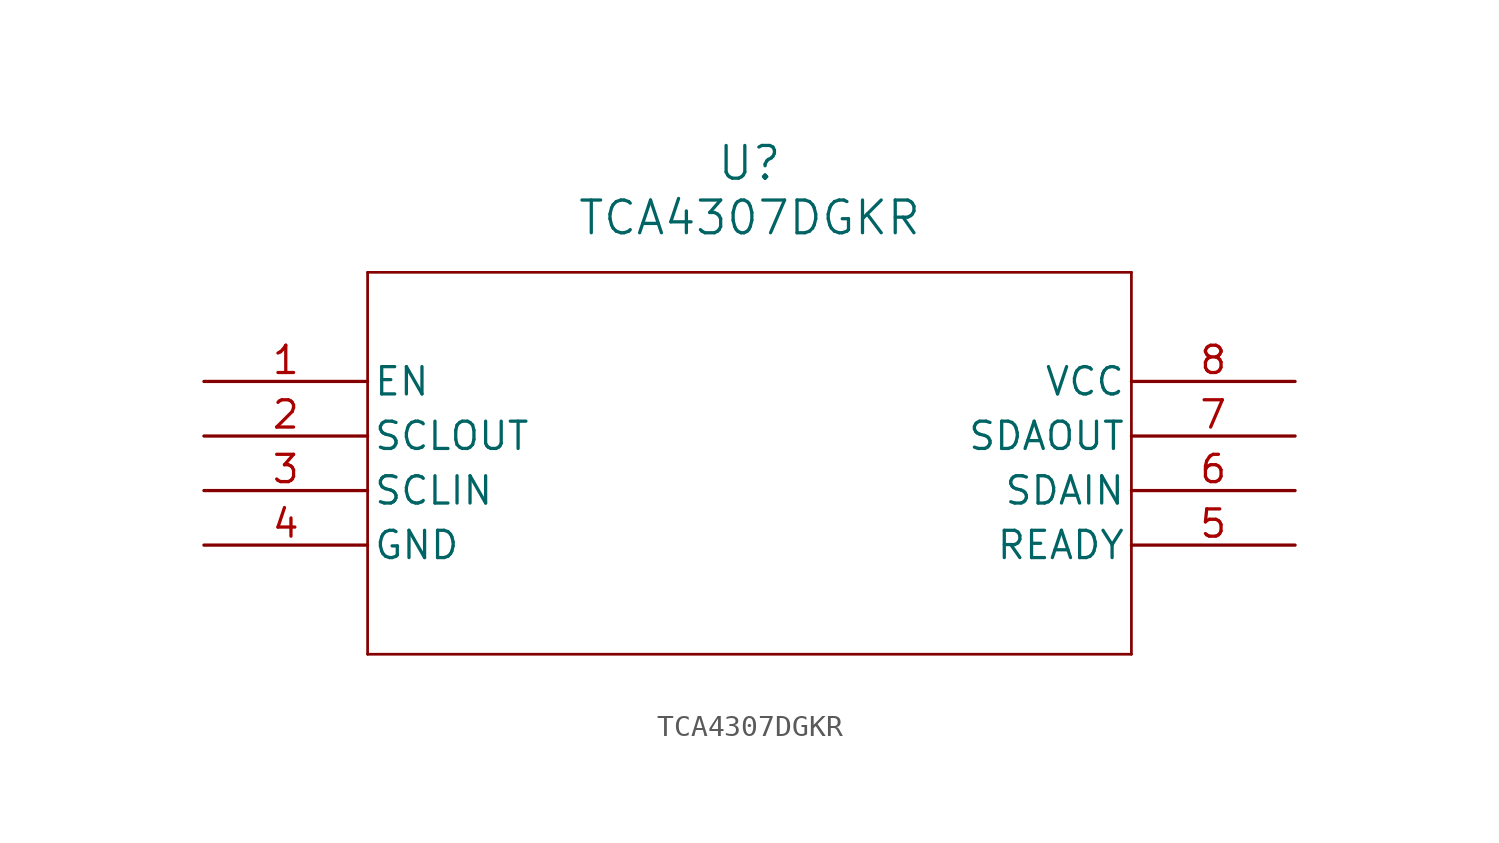
<source format=kicad_sym>
(kicad_symbol_lib
  (version 20220914)
  (generator kicad_symbol_editor)
  (symbol "TCA4307DGKR"
    (pin_names
      (offset 0.254))
    (property "Reference" "U"
      (at 25.4 10.16 0)
      (effects (font (size 1.524 1.524))))
    (property "Value" "TCA4307DGKR"
      (at 25.4 7.62 0)
      (effects (font (size 1.524 1.524))))
    (symbol "TCA4307DGKR_0_1"
      (polyline (pts (xy 7.62 -12.7) (xy 43.18 -12.7)) (stroke (width 0.127) (type default)) (fill (type none)))
      (polyline (pts (xy 7.62 5.08) (xy 7.62 -12.7)) (stroke (width 0.127) (type default)) (fill (type none)))
      (polyline (pts (xy 43.18 -12.7) (xy 43.18 5.08)) (stroke (width 0.127) (type default)) (fill (type none)))
      (polyline (pts (xy 43.18 5.08) (xy 7.62 5.08)) (stroke (width 0.127) (type default)) (fill (type none)))
      (pin input line (at 0 0 0) (length 7.62) (name "EN" (effects (font (size 1.27 1.27)))) (number "1" (effects (font (size 1.27 1.27)))))
      (pin output line (at 0 -2.54 0) (length 7.62) (name "SCLOUT" (effects (font (size 1.27 1.27)))) (number "2" (effects (font (size 1.27 1.27)))))
      (pin input line (at 0 -5.08 0) (length 7.62) (name "SCLIN" (effects (font (size 1.27 1.27)))) (number "3" (effects (font (size 1.27 1.27)))))
      (pin power_in line (at 0 -7.62 0) (length 7.62) (name "GND" (effects (font (size 1.27 1.27)))) (number "4" (effects (font (size 1.27 1.27)))))
      (pin output line (at 50.8 -7.62 180) (length 7.62) (name "READY" (effects (font (size 1.27 1.27)))) (number "5" (effects (font (size 1.27 1.27)))))
      (pin input line (at 50.8 -5.08 180) (length 7.62) (name "SDAIN" (effects (font (size 1.27 1.27)))) (number "6" (effects (font (size 1.27 1.27)))))
      (pin output line (at 50.8 -2.54 180) (length 7.62) (name "SDAOUT" (effects (font (size 1.27 1.27)))) (number "7" (effects (font (size 1.27 1.27)))))
      (pin power_in line (at 50.8 0 180) (length 7.62) (name "VCC" (effects (font (size 1.27 1.27)))) (number "8" (effects (font (size 1.27 1.27))))))))
</source>
